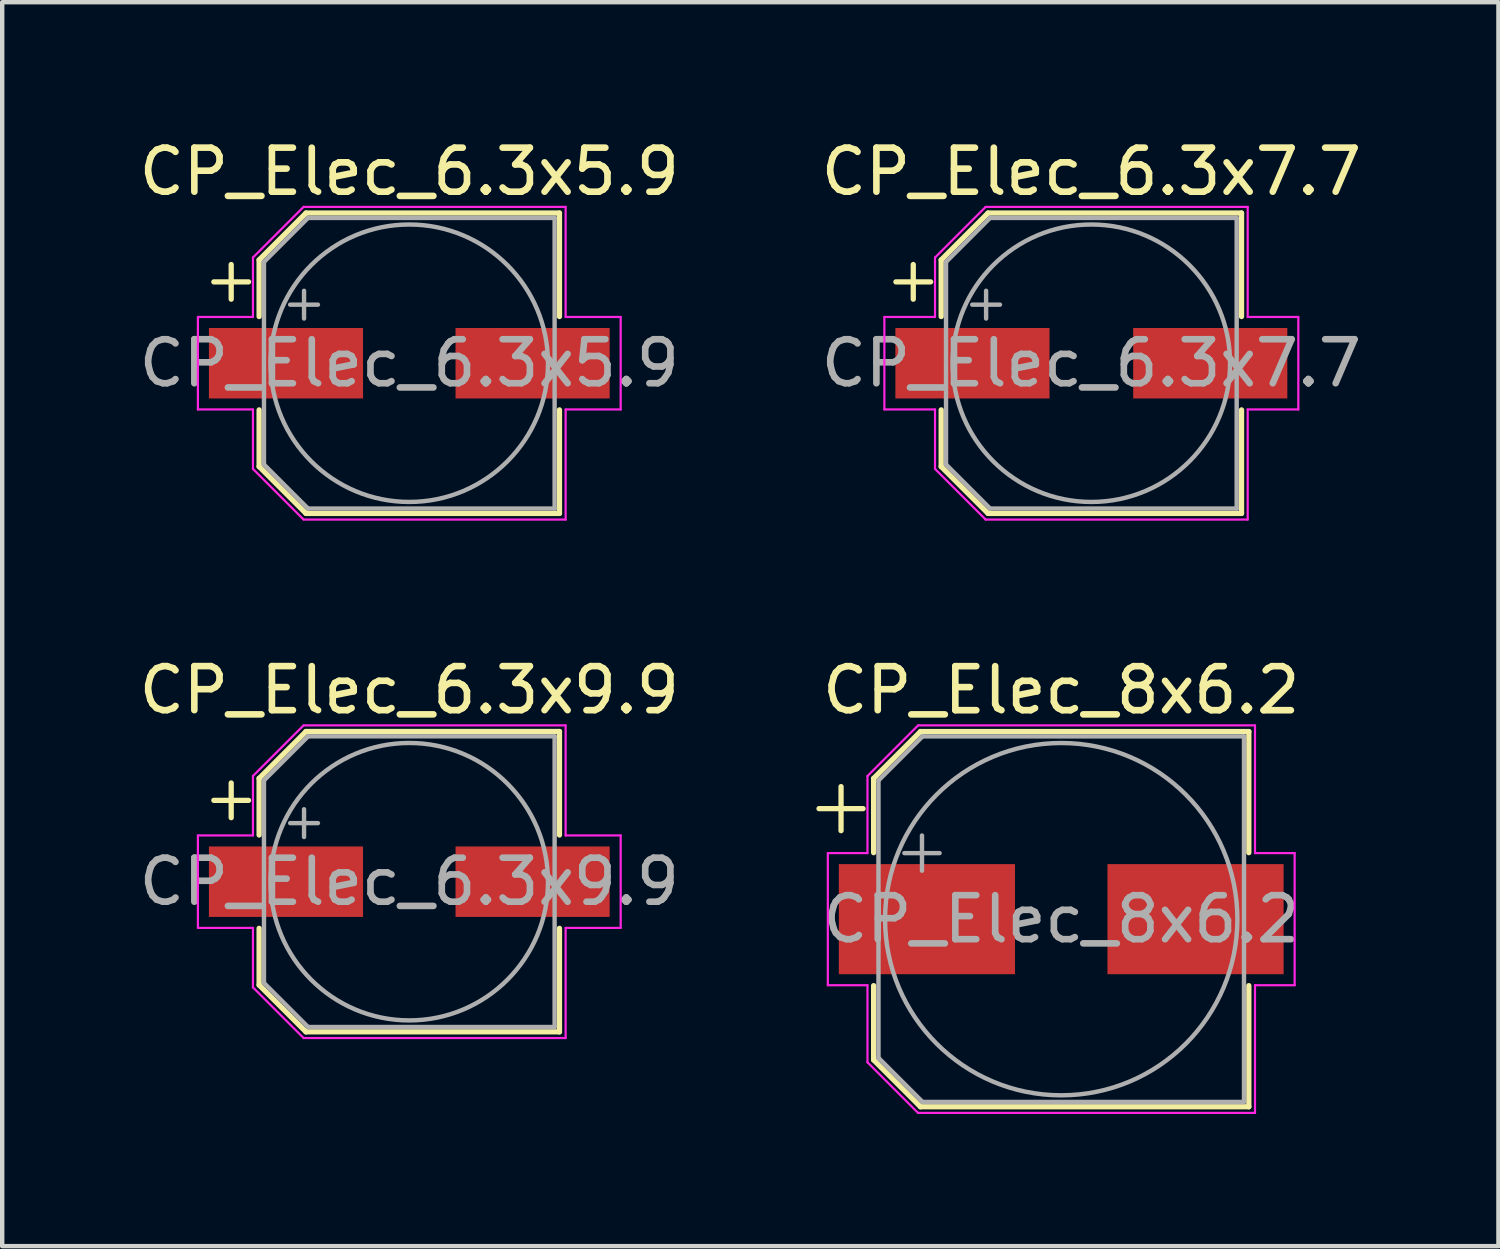
<source format=kicad_pcb>
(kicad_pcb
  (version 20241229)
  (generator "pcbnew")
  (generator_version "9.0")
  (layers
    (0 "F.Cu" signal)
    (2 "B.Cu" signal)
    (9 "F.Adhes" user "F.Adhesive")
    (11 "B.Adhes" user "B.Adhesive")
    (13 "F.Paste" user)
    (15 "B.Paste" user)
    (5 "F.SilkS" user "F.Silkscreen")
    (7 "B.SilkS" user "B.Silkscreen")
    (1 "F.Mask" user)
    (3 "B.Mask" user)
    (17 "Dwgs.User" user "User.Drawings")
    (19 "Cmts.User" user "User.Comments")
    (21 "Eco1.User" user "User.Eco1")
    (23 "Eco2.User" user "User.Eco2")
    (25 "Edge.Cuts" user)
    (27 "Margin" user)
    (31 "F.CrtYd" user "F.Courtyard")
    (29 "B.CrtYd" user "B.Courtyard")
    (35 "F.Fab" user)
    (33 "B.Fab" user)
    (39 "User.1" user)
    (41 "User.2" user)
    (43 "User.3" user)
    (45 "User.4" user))
  (footprint "CP_Elec_6.3x7.7"
    (layer "F.Cu")
    (at 21.732 5.198)
    (property "Reference" "CP_Elec_6.3x7.7" (at 0 -4.35 0) (layer "F.SilkS") (effects (font (size 1 1) (thickness 0.15))))
    (attr smd)
    (fp_line (start -4.438 -1.847) (end -3.65 -1.847) (stroke (width 0.12) (type solid)) (layer "F.SilkS"))
    (fp_line (start -4.044 -2.241) (end -4.044 -1.454) (stroke (width 0.12) (type solid)) (layer "F.SilkS"))
    (fp_line (start -3.41 -2.346) (end -3.41 -1.06) (stroke (width 0.12) (type solid)) (layer "F.SilkS"))
    (fp_line (start -3.41 -2.346) (end -2.346 -3.41) (stroke (width 0.12) (type solid)) (layer "F.SilkS"))
    (fp_line (start -3.41 2.346) (end -3.41 1.06) (stroke (width 0.12) (type solid)) (layer "F.SilkS"))
    (fp_line (start -3.41 2.346) (end -2.346 3.41) (stroke (width 0.12) (type solid)) (layer "F.SilkS"))
    (fp_line (start -2.346 -3.41) (end 3.41 -3.41) (stroke (width 0.12) (type solid)) (layer "F.SilkS"))
    (fp_line (start -2.346 3.41) (end 3.41 3.41) (stroke (width 0.12) (type solid)) (layer "F.SilkS"))
    (fp_line (start 3.41 -3.41) (end 3.41 -1.06) (stroke (width 0.12) (type solid)) (layer "F.SilkS"))
    (fp_line (start 3.41 3.41) (end 3.41 1.06) (stroke (width 0.12) (type solid)) (layer "F.SilkS"))
    (fp_line (start -4.7 -1.05) (end -4.7 1.05) (stroke (width 0.05) (type solid)) (layer "F.CrtYd"))
    (fp_line (start -4.7 1.05) (end -3.55 1.05) (stroke (width 0.05) (type solid)) (layer "F.CrtYd"))
    (fp_line (start -3.55 -2.4) (end -3.55 -1.05) (stroke (width 0.05) (type solid)) (layer "F.CrtYd"))
    (fp_line (start -3.55 -2.4) (end -2.4 -3.55) (stroke (width 0.05) (type solid)) (layer "F.CrtYd"))
    (fp_line (start -3.55 -1.05) (end -4.7 -1.05) (stroke (width 0.05) (type solid)) (layer "F.CrtYd"))
    (fp_line (start -3.55 1.05) (end -3.55 2.4) (stroke (width 0.05) (type solid)) (layer "F.CrtYd"))
    (fp_line (start -3.55 2.4) (end -2.4 3.55) (stroke (width 0.05) (type solid)) (layer "F.CrtYd"))
    (fp_line (start -2.4 -3.55) (end 3.55 -3.55) (stroke (width 0.05) (type solid)) (layer "F.CrtYd"))
    (fp_line (start -2.4 3.55) (end 3.55 3.55) (stroke (width 0.05) (type solid)) (layer "F.CrtYd"))
    (fp_line (start 3.55 -3.55) (end 3.55 -1.05) (stroke (width 0.05) (type solid)) (layer "F.CrtYd"))
    (fp_line (start 3.55 -1.05) (end 4.7 -1.05) (stroke (width 0.05) (type solid)) (layer "F.CrtYd"))
    (fp_line (start 3.55 1.05) (end 3.55 3.55) (stroke (width 0.05) (type solid)) (layer "F.CrtYd"))
    (fp_line (start 4.7 -1.05) (end 4.7 1.05) (stroke (width 0.05) (type solid)) (layer "F.CrtYd"))
    (fp_line (start 4.7 1.05) (end 3.55 1.05) (stroke (width 0.05) (type solid)) (layer "F.CrtYd"))
    (fp_line (start -3.3 -2.3) (end -3.3 2.3) (stroke (width 0.1) (type solid)) (layer "F.Fab"))
    (fp_line (start -3.3 -2.3) (end -2.3 -3.3) (stroke (width 0.1) (type solid)) (layer "F.Fab"))
    (fp_line (start -3.3 2.3) (end -2.3 3.3) (stroke (width 0.1) (type solid)) (layer "F.Fab"))
    (fp_line (start -2.705 -1.33) (end -2.075 -1.33) (stroke (width 0.1) (type solid)) (layer "F.Fab"))
    (fp_line (start -2.39 -1.645) (end -2.39 -1.015) (stroke (width 0.1) (type solid)) (layer "F.Fab"))
    (fp_line (start -2.3 -3.3) (end 3.3 -3.3) (stroke (width 0.1) (type solid)) (layer "F.Fab"))
    (fp_line (start -2.3 3.3) (end 3.3 3.3) (stroke (width 0.1) (type solid)) (layer "F.Fab"))
    (fp_line (start 3.3 -3.3) (end 3.3 3.3) (stroke (width 0.1) (type solid)) (layer "F.Fab"))
    (fp_circle (center 0 0) (end 3.15 0) (stroke (width 0.1) (type solid)) (fill no) (layer "F.Fab"))
    (fp_text user "${REFERENCE}" (at 0 0 0) (layer "F.Fab") (effects (font (size 1 1) (thickness 0.15))))
    (pad "1" smd rect (at -2.7 0) (size 3.5 1.6) (layers "F.Cu" "F.Mask" "F.Paste"))
    (pad "2" smd rect (at 2.7 0) (size 3.5 1.6) (layers "F.Cu" "F.Mask" "F.Paste")))
  (footprint "CP_Elec_8x6.2"
    (layer "F.Cu")
    (at 21.048 17.822)
    (property "Reference" "CP_Elec_8x6.2" (at 0 -5.2 0) (layer "F.SilkS") (effects (font (size 1 1) (thickness 0.15))))
    (attr smd)
    (fp_line (start -5.5 -2.51) (end -4.5 -2.51) (stroke (width 0.12) (type solid)) (layer "F.SilkS"))
    (fp_line (start -5 -3.01) (end -5 -2.01) (stroke (width 0.12) (type solid)) (layer "F.SilkS"))
    (fp_line (start -4.26 -3.196) (end -4.26 -1.51) (stroke (width 0.12) (type solid)) (layer "F.SilkS"))
    (fp_line (start -4.26 -3.196) (end -3.196 -4.26) (stroke (width 0.12) (type solid)) (layer "F.SilkS"))
    (fp_line (start -4.26 3.196) (end -4.26 1.51) (stroke (width 0.12) (type solid)) (layer "F.SilkS"))
    (fp_line (start -4.26 3.196) (end -3.196 4.26) (stroke (width 0.12) (type solid)) (layer "F.SilkS"))
    (fp_line (start -3.196 -4.26) (end 4.26 -4.26) (stroke (width 0.12) (type solid)) (layer "F.SilkS"))
    (fp_line (start -3.196 4.26) (end 4.26 4.26) (stroke (width 0.12) (type solid)) (layer "F.SilkS"))
    (fp_line (start 4.26 -4.26) (end 4.26 -1.51) (stroke (width 0.12) (type solid)) (layer "F.SilkS"))
    (fp_line (start 4.26 4.26) (end 4.26 1.51) (stroke (width 0.12) (type solid)) (layer "F.SilkS"))
    (fp_line (start -5.3 -1.5) (end -5.3 1.5) (stroke (width 0.05) (type solid)) (layer "F.CrtYd"))
    (fp_line (start -5.3 1.5) (end -4.4 1.5) (stroke (width 0.05) (type solid)) (layer "F.CrtYd"))
    (fp_line (start -4.4 -3.25) (end -4.4 -1.5) (stroke (width 0.05) (type solid)) (layer "F.CrtYd"))
    (fp_line (start -4.4 -3.25) (end -3.25 -4.4) (stroke (width 0.05) (type solid)) (layer "F.CrtYd"))
    (fp_line (start -4.4 -1.5) (end -5.3 -1.5) (stroke (width 0.05) (type solid)) (layer "F.CrtYd"))
    (fp_line (start -4.4 1.5) (end -4.4 3.25) (stroke (width 0.05) (type solid)) (layer "F.CrtYd"))
    (fp_line (start -4.4 3.25) (end -3.25 4.4) (stroke (width 0.05) (type solid)) (layer "F.CrtYd"))
    (fp_line (start -3.25 -4.4) (end 4.4 -4.4) (stroke (width 0.05) (type solid)) (layer "F.CrtYd"))
    (fp_line (start -3.25 4.4) (end 4.4 4.4) (stroke (width 0.05) (type solid)) (layer "F.CrtYd"))
    (fp_line (start 4.4 -4.4) (end 4.4 -1.5) (stroke (width 0.05) (type solid)) (layer "F.CrtYd"))
    (fp_line (start 4.4 -1.5) (end 5.3 -1.5) (stroke (width 0.05) (type solid)) (layer "F.CrtYd"))
    (fp_line (start 4.4 1.5) (end 4.4 4.4) (stroke (width 0.05) (type solid)) (layer "F.CrtYd"))
    (fp_line (start 5.3 -1.5) (end 5.3 1.5) (stroke (width 0.05) (type solid)) (layer "F.CrtYd"))
    (fp_line (start 5.3 1.5) (end 4.4 1.5) (stroke (width 0.05) (type solid)) (layer "F.CrtYd"))
    (fp_line (start -4.15 -3.15) (end -4.15 3.15) (stroke (width 0.1) (type solid)) (layer "F.Fab"))
    (fp_line (start -4.15 -3.15) (end -3.15 -4.15) (stroke (width 0.1) (type solid)) (layer "F.Fab"))
    (fp_line (start -4.15 3.15) (end -3.15 4.15) (stroke (width 0.1) (type solid)) (layer "F.Fab"))
    (fp_line (start -3.562 -1.5) (end -2.762 -1.5) (stroke (width 0.1) (type solid)) (layer "F.Fab"))
    (fp_line (start -3.162 -1.9) (end -3.162 -1.1) (stroke (width 0.1) (type solid)) (layer "F.Fab"))
    (fp_line (start -3.15 -4.15) (end 4.15 -4.15) (stroke (width 0.1) (type solid)) (layer "F.Fab"))
    (fp_line (start -3.15 4.15) (end 4.15 4.15) (stroke (width 0.1) (type solid)) (layer "F.Fab"))
    (fp_line (start 4.15 -4.15) (end 4.15 4.15) (stroke (width 0.1) (type solid)) (layer "F.Fab"))
    (fp_circle (center 0 0) (end 4 0) (stroke (width 0.1) (type solid)) (fill no) (layer "F.Fab"))
    (fp_text user "${REFERENCE}" (at 0 0 0) (layer "F.Fab") (effects (font (size 1 1) (thickness 0.15))))
    (pad "1" smd rect (at -3.05 0) (size 4 2.5) (layers "F.Cu" "F.Mask" "F.Paste"))
    (pad "2" smd rect (at 3.05 0) (size 4 2.5) (layers "F.Cu" "F.Mask" "F.Paste")))
  (footprint "CP_Elec_6.3x5.9"
    (layer "F.Cu")
    (at 6.244 5.198)
    (property "Reference" "CP_Elec_6.3x5.9" (at 0 -4.35 0) (layer "F.SilkS") (effects (font (size 1 1) (thickness 0.15))))
    (attr smd)
    (fp_line (start -4.438 -1.847) (end -3.65 -1.847) (stroke (width 0.12) (type solid)) (layer "F.SilkS"))
    (fp_line (start -4.044 -2.241) (end -4.044 -1.454) (stroke (width 0.12) (type solid)) (layer "F.SilkS"))
    (fp_line (start -3.41 -2.346) (end -3.41 -1.06) (stroke (width 0.12) (type solid)) (layer "F.SilkS"))
    (fp_line (start -3.41 -2.346) (end -2.346 -3.41) (stroke (width 0.12) (type solid)) (layer "F.SilkS"))
    (fp_line (start -3.41 2.346) (end -3.41 1.06) (stroke (width 0.12) (type solid)) (layer "F.SilkS"))
    (fp_line (start -3.41 2.346) (end -2.346 3.41) (stroke (width 0.12) (type solid)) (layer "F.SilkS"))
    (fp_line (start -2.346 -3.41) (end 3.41 -3.41) (stroke (width 0.12) (type solid)) (layer "F.SilkS"))
    (fp_line (start -2.346 3.41) (end 3.41 3.41) (stroke (width 0.12) (type solid)) (layer "F.SilkS"))
    (fp_line (start 3.41 -3.41) (end 3.41 -1.06) (stroke (width 0.12) (type solid)) (layer "F.SilkS"))
    (fp_line (start 3.41 3.41) (end 3.41 1.06) (stroke (width 0.12) (type solid)) (layer "F.SilkS"))
    (fp_line (start -4.8 -1.05) (end -4.8 1.05) (stroke (width 0.05) (type solid)) (layer "F.CrtYd"))
    (fp_line (start -4.8 1.05) (end -3.55 1.05) (stroke (width 0.05) (type solid)) (layer "F.CrtYd"))
    (fp_line (start -3.55 -2.4) (end -3.55 -1.05) (stroke (width 0.05) (type solid)) (layer "F.CrtYd"))
    (fp_line (start -3.55 -2.4) (end -2.4 -3.55) (stroke (width 0.05) (type solid)) (layer "F.CrtYd"))
    (fp_line (start -3.55 -1.05) (end -4.8 -1.05) (stroke (width 0.05) (type solid)) (layer "F.CrtYd"))
    (fp_line (start -3.55 1.05) (end -3.55 2.4) (stroke (width 0.05) (type solid)) (layer "F.CrtYd"))
    (fp_line (start -3.55 2.4) (end -2.4 3.55) (stroke (width 0.05) (type solid)) (layer "F.CrtYd"))
    (fp_line (start -2.4 -3.55) (end 3.55 -3.55) (stroke (width 0.05) (type solid)) (layer "F.CrtYd"))
    (fp_line (start -2.4 3.55) (end 3.55 3.55) (stroke (width 0.05) (type solid)) (layer "F.CrtYd"))
    (fp_line (start 3.55 -3.55) (end 3.55 -1.05) (stroke (width 0.05) (type solid)) (layer "F.CrtYd"))
    (fp_line (start 3.55 -1.05) (end 4.8 -1.05) (stroke (width 0.05) (type solid)) (layer "F.CrtYd"))
    (fp_line (start 3.55 1.05) (end 3.55 3.55) (stroke (width 0.05) (type solid)) (layer "F.CrtYd"))
    (fp_line (start 4.8 -1.05) (end 4.8 1.05) (stroke (width 0.05) (type solid)) (layer "F.CrtYd"))
    (fp_line (start 4.8 1.05) (end 3.55 1.05) (stroke (width 0.05) (type solid)) (layer "F.CrtYd"))
    (fp_line (start -3.3 -2.3) (end -3.3 2.3) (stroke (width 0.1) (type solid)) (layer "F.Fab"))
    (fp_line (start -3.3 -2.3) (end -2.3 -3.3) (stroke (width 0.1) (type solid)) (layer "F.Fab"))
    (fp_line (start -3.3 2.3) (end -2.3 3.3) (stroke (width 0.1) (type solid)) (layer "F.Fab"))
    (fp_line (start -2.705 -1.33) (end -2.075 -1.33) (stroke (width 0.1) (type solid)) (layer "F.Fab"))
    (fp_line (start -2.39 -1.645) (end -2.39 -1.015) (stroke (width 0.1) (type solid)) (layer "F.Fab"))
    (fp_line (start -2.3 -3.3) (end 3.3 -3.3) (stroke (width 0.1) (type solid)) (layer "F.Fab"))
    (fp_line (start -2.3 3.3) (end 3.3 3.3) (stroke (width 0.1) (type solid)) (layer "F.Fab"))
    (fp_line (start 3.3 -3.3) (end 3.3 3.3) (stroke (width 0.1) (type solid)) (layer "F.Fab"))
    (fp_circle (center 0 0) (end 3.15 0) (stroke (width 0.1) (type solid)) (fill no) (layer "F.Fab"))
    (fp_text user "${REFERENCE}" (at 0 0 0) (layer "F.Fab") (effects (font (size 1 1) (thickness 0.15))))
    (pad "1" smd rect (at -2.8 0) (size 3.5 1.6) (layers "F.Cu" "F.Mask" "F.Paste"))
    (pad "2" smd rect (at 2.8 0) (size 3.5 1.6) (layers "F.Cu" "F.Mask" "F.Paste")))
  (footprint "CP_Elec_6.3x9.9"
    (layer "F.Cu")
    (at 6.244 16.971)
    (property "Reference" "CP_Elec_6.3x9.9" (at 0 -4.35 0) (layer "F.SilkS") (effects (font (size 1 1) (thickness 0.15))))
    (attr smd)
    (fp_line (start -4.438 -1.847) (end -3.65 -1.847) (stroke (width 0.12) (type solid)) (layer "F.SilkS"))
    (fp_line (start -4.044 -2.241) (end -4.044 -1.454) (stroke (width 0.12) (type solid)) (layer "F.SilkS"))
    (fp_line (start -3.41 -2.346) (end -3.41 -1.06) (stroke (width 0.12) (type solid)) (layer "F.SilkS"))
    (fp_line (start -3.41 -2.346) (end -2.346 -3.41) (stroke (width 0.12) (type solid)) (layer "F.SilkS"))
    (fp_line (start -3.41 2.346) (end -3.41 1.06) (stroke (width 0.12) (type solid)) (layer "F.SilkS"))
    (fp_line (start -3.41 2.346) (end -2.346 3.41) (stroke (width 0.12) (type solid)) (layer "F.SilkS"))
    (fp_line (start -2.346 -3.41) (end 3.41 -3.41) (stroke (width 0.12) (type solid)) (layer "F.SilkS"))
    (fp_line (start -2.346 3.41) (end 3.41 3.41) (stroke (width 0.12) (type solid)) (layer "F.SilkS"))
    (fp_line (start 3.41 -3.41) (end 3.41 -1.06) (stroke (width 0.12) (type solid)) (layer "F.SilkS"))
    (fp_line (start 3.41 3.41) (end 3.41 1.06) (stroke (width 0.12) (type solid)) (layer "F.SilkS"))
    (fp_line (start -4.8 -1.05) (end -4.8 1.05) (stroke (width 0.05) (type solid)) (layer "F.CrtYd"))
    (fp_line (start -4.8 1.05) (end -3.55 1.05) (stroke (width 0.05) (type solid)) (layer "F.CrtYd"))
    (fp_line (start -3.55 -2.4) (end -3.55 -1.05) (stroke (width 0.05) (type solid)) (layer "F.CrtYd"))
    (fp_line (start -3.55 -2.4) (end -2.4 -3.55) (stroke (width 0.05) (type solid)) (layer "F.CrtYd"))
    (fp_line (start -3.55 -1.05) (end -4.8 -1.05) (stroke (width 0.05) (type solid)) (layer "F.CrtYd"))
    (fp_line (start -3.55 1.05) (end -3.55 2.4) (stroke (width 0.05) (type solid)) (layer "F.CrtYd"))
    (fp_line (start -3.55 2.4) (end -2.4 3.55) (stroke (width 0.05) (type solid)) (layer "F.CrtYd"))
    (fp_line (start -2.4 -3.55) (end 3.55 -3.55) (stroke (width 0.05) (type solid)) (layer "F.CrtYd"))
    (fp_line (start -2.4 3.55) (end 3.55 3.55) (stroke (width 0.05) (type solid)) (layer "F.CrtYd"))
    (fp_line (start 3.55 -3.55) (end 3.55 -1.05) (stroke (width 0.05) (type solid)) (layer "F.CrtYd"))
    (fp_line (start 3.55 -1.05) (end 4.8 -1.05) (stroke (width 0.05) (type solid)) (layer "F.CrtYd"))
    (fp_line (start 3.55 1.05) (end 3.55 3.55) (stroke (width 0.05) (type solid)) (layer "F.CrtYd"))
    (fp_line (start 4.8 -1.05) (end 4.8 1.05) (stroke (width 0.05) (type solid)) (layer "F.CrtYd"))
    (fp_line (start 4.8 1.05) (end 3.55 1.05) (stroke (width 0.05) (type solid)) (layer "F.CrtYd"))
    (fp_line (start -3.3 -2.3) (end -3.3 2.3) (stroke (width 0.1) (type solid)) (layer "F.Fab"))
    (fp_line (start -3.3 -2.3) (end -2.3 -3.3) (stroke (width 0.1) (type solid)) (layer "F.Fab"))
    (fp_line (start -3.3 2.3) (end -2.3 3.3) (stroke (width 0.1) (type solid)) (layer "F.Fab"))
    (fp_line (start -2.705 -1.33) (end -2.075 -1.33) (stroke (width 0.1) (type solid)) (layer "F.Fab"))
    (fp_line (start -2.39 -1.645) (end -2.39 -1.015) (stroke (width 0.1) (type solid)) (layer "F.Fab"))
    (fp_line (start -2.3 -3.3) (end 3.3 -3.3) (stroke (width 0.1) (type solid)) (layer "F.Fab"))
    (fp_line (start -2.3 3.3) (end 3.3 3.3) (stroke (width 0.1) (type solid)) (layer "F.Fab"))
    (fp_line (start 3.3 -3.3) (end 3.3 3.3) (stroke (width 0.1) (type solid)) (layer "F.Fab"))
    (fp_circle (center 0 0) (end 3.15 0) (stroke (width 0.1) (type solid)) (fill no) (layer "F.Fab"))
    (fp_text user "${REFERENCE}" (at 0 0 0) (layer "F.Fab") (effects (font (size 1 1) (thickness 0.15))))
    (pad "1" smd rect (at -2.8 0) (size 3.5 1.6) (layers "F.Cu" "F.Mask" "F.Paste"))
    (pad "2" smd rect (at 2.8 0) (size 3.5 1.6) (layers "F.Cu" "F.Mask" "F.Paste")))
  (gr_rect
    (start -3 -3)
    (end 30.976 25.247)
    (stroke (width 0.1) (type default))
    (fill no)
    (layer "Edge.Cuts")))
</source>
